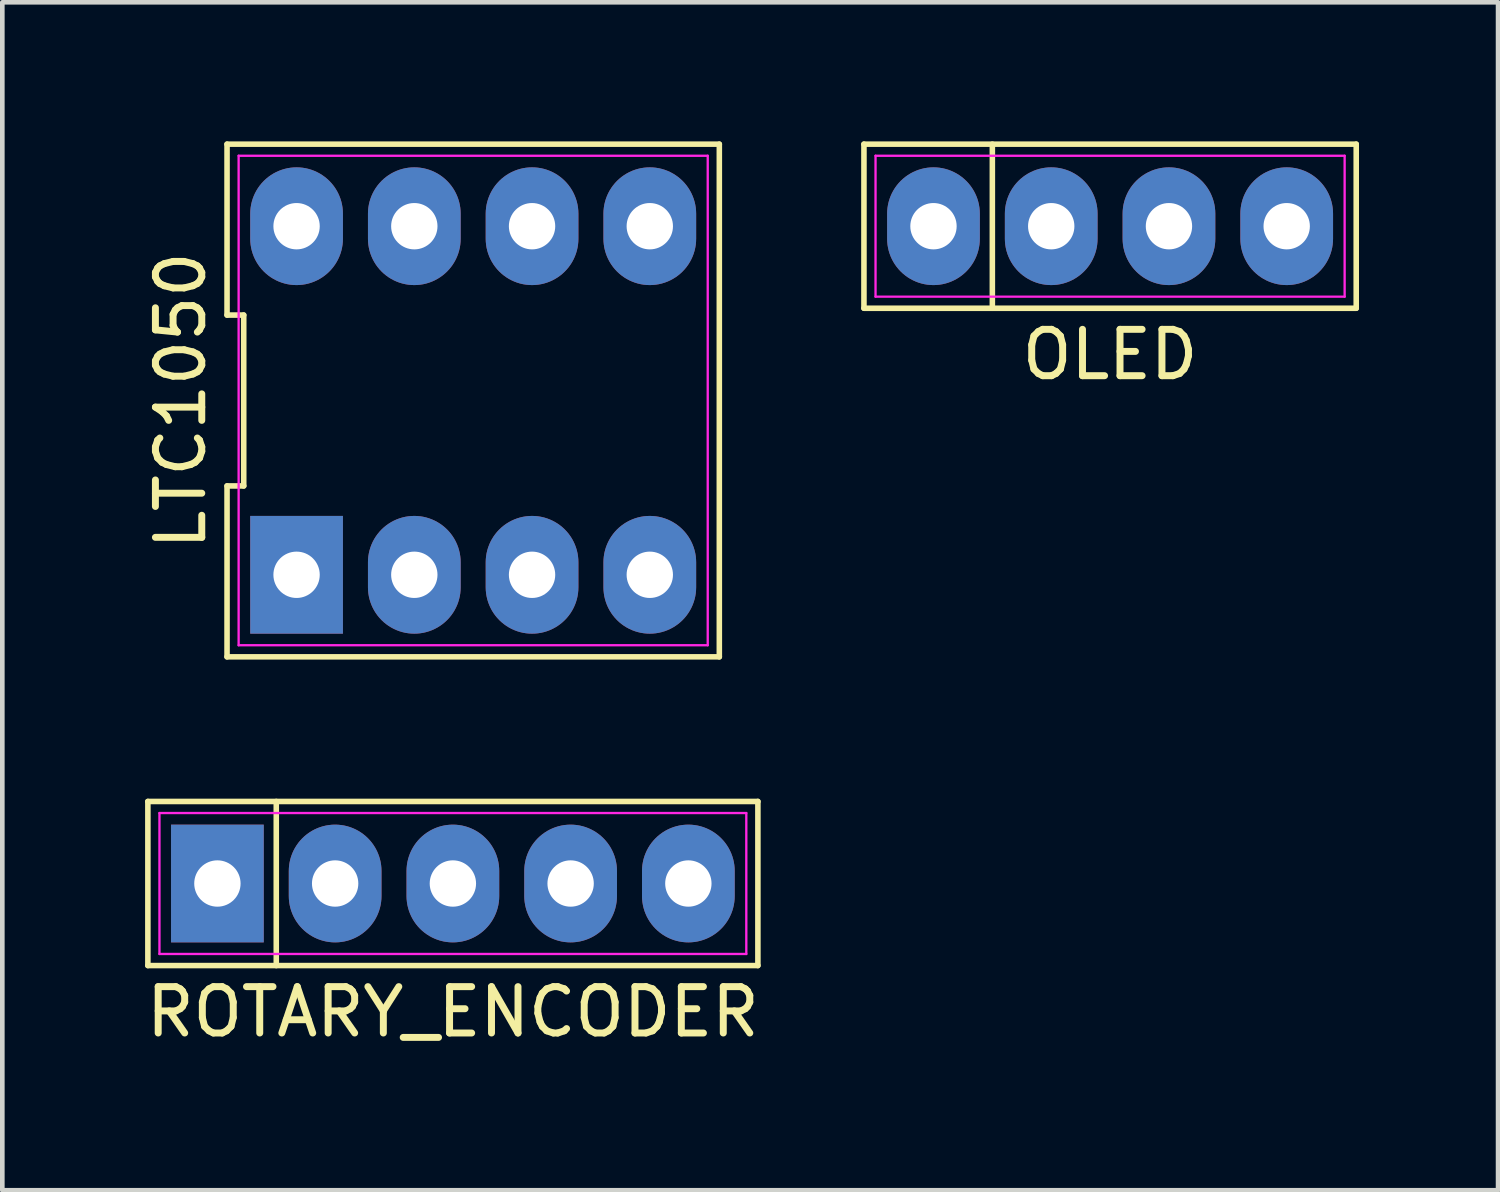
<source format=kicad_pcb>
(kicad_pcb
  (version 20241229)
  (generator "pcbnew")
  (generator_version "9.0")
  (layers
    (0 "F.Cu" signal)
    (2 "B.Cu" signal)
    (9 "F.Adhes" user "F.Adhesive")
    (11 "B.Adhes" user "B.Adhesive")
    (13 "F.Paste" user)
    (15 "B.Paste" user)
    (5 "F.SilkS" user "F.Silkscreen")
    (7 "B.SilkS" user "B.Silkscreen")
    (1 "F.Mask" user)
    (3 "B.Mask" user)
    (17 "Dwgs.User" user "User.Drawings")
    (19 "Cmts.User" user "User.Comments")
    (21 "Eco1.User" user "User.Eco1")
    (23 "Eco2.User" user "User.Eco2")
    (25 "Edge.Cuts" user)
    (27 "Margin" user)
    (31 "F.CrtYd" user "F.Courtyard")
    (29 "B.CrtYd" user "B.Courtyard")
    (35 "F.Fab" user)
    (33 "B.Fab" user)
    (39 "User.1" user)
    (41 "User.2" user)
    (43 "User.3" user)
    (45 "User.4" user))
  (footprint "LTC1050"
    (layer "F.Cu")
    (at 7.158 5.59)
    (property "Reference" "LTC1050" (at -6.31 0 90) (layer "F.SilkS") (effects (font (size 1 1) (thickness 0.15))))
    (attr through_hole)
    (fp_line (start -5.31 -5.53) (end -5.31 -1.843) (stroke (width 0.12) (type default)) (layer "F.SilkS"))
    (fp_line (start -5.31 -1.843) (end -4.95 -1.843) (stroke (width 0.12) (type default)) (layer "F.SilkS"))
    (fp_line (start -5.31 1.843) (end -5.31 5.53) (stroke (width 0.12) (type default)) (layer "F.SilkS"))
    (fp_line (start -5.31 5.53) (end 5.31 5.53) (stroke (width 0.12) (type default)) (layer "F.SilkS"))
    (fp_line (start -4.95 -1.843) (end -4.95 1.843) (stroke (width 0.12) (type default)) (layer "F.SilkS"))
    (fp_line (start -4.95 1.843) (end -5.31 1.843) (stroke (width 0.12) (type default)) (layer "F.SilkS"))
    (fp_line (start 5.31 -5.53) (end -5.31 -5.53) (stroke (width 0.12) (type default)) (layer "F.SilkS"))
    (fp_line (start 5.31 5.53) (end 5.31 -5.53) (stroke (width 0.12) (type default)) (layer "F.SilkS"))
    (fp_line (start -5.06 -5.28) (end 5.06 -5.28) (stroke (width 0.05) (type default)) (layer "F.CrtYd"))
    (fp_line (start -5.06 5.28) (end -5.06 -5.28) (stroke (width 0.05) (type default)) (layer "F.CrtYd"))
    (fp_line (start 5.06 -5.28) (end 5.06 5.28) (stroke (width 0.05) (type default)) (layer "F.CrtYd"))
    (fp_line (start 5.06 5.28) (end -5.06 5.28) (stroke (width 0.05) (type default)) (layer "F.CrtYd"))
    (pad "1" thru_hole rect (at -3.81 3.76) (size 2 2.54) (drill 1) (layers "*.Cu" "*.Mask"))
    (pad "2" thru_hole oval (at -1.27 3.76) (size 2 2.54) (drill 1) (layers "*.Cu" "*.Mask"))
    (pad "3" thru_hole oval (at 1.27 3.76) (size 2 2.54) (drill 1) (layers "*.Cu" "*.Mask"))
    (pad "4" thru_hole oval (at 3.81 3.76) (size 2 2.54) (drill 1) (layers "*.Cu" "*.Mask"))
    (pad "5" thru_hole oval (at 3.81 -3.76) (size 2 2.54) (drill 1) (layers "*.Cu" "*.Mask"))
    (pad "6" thru_hole oval (at 1.27 -3.76) (size 2 2.54) (drill 1) (layers "*.Cu" "*.Mask"))
    (pad "7" thru_hole oval (at -1.27 -3.76) (size 2 2.54) (drill 1) (layers "*.Cu" "*.Mask"))
    (pad "8" thru_hole oval (at -3.81 -3.76) (size 2 2.54) (drill 1) (layers "*.Cu" "*.Mask")))
  (footprint "ROTARY_ENCODER"
    (layer "F.Cu")
    (at 6.72 16.01)
    (property "Reference" "ROTARY_ENCODER" (at 0 2.77 0) (layer "F.SilkS") (effects (font (size 1 1) (thickness 0.15))))
    (attr through_hole)
    (fp_line (start -6.58 -1.77) (end 6.58 -1.77) (stroke (width 0.12) (type default)) (layer "F.SilkS"))
    (fp_line (start -6.58 1.77) (end -6.58 -1.77) (stroke (width 0.12) (type default)) (layer "F.SilkS"))
    (fp_line (start -3.81 -1.77) (end -3.81 1.77) (stroke (width 0.12) (type default)) (layer "F.SilkS"))
    (fp_line (start 6.58 -1.77) (end 6.58 1.77) (stroke (width 0.12) (type default)) (layer "F.SilkS"))
    (fp_line (start 6.58 1.77) (end -6.58 1.77) (stroke (width 0.12) (type default)) (layer "F.SilkS"))
    (fp_line (start -6.33 -1.52) (end 6.33 -1.52) (stroke (width 0.05) (type default)) (layer "F.CrtYd"))
    (fp_line (start -6.33 1.52) (end -6.33 -1.52) (stroke (width 0.05) (type default)) (layer "F.CrtYd"))
    (fp_line (start 6.33 -1.52) (end 6.33 1.52) (stroke (width 0.05) (type default)) (layer "F.CrtYd"))
    (fp_line (start 6.33 1.52) (end -6.33 1.52) (stroke (width 0.05) (type default)) (layer "F.CrtYd"))
    (pad "1" thru_hole rect (at -5.08 0) (size 2 2.54) (drill 1) (layers "*.Cu" "*.Mask"))
    (pad "2" thru_hole oval (at -2.54 0) (size 2 2.54) (drill 1) (layers "*.Cu" "*.Mask"))
    (pad "3" thru_hole oval (at 0 0) (size 2 2.54) (drill 1) (layers "*.Cu" "*.Mask"))
    (pad "4" thru_hole oval (at 2.54 0) (size 2 2.54) (drill 1) (layers "*.Cu" "*.Mask"))
    (pad "5" thru_hole oval (at 5.08 0) (size 2 2.54) (drill 1) (layers "*.Cu" "*.Mask")))
  (footprint "OLED"
    (layer "F.Cu")
    (at 20.898 1.83)
    (property "Reference" "OLED" (at 0 2.77 0) (layer "F.SilkS") (effects (font (size 1 1) (thickness 0.15))))
    (attr through_hole)
    (fp_line (start -5.31 -1.77) (end 5.31 -1.77) (stroke (width 0.12) (type default)) (layer "F.SilkS"))
    (fp_line (start -5.31 1.77) (end -5.31 -1.77) (stroke (width 0.12) (type default)) (layer "F.SilkS"))
    (fp_line (start -2.54 -1.77) (end -2.54 1.77) (stroke (width 0.12) (type default)) (layer "F.SilkS"))
    (fp_line (start 5.31 -1.77) (end 5.31 1.77) (stroke (width 0.12) (type default)) (layer "F.SilkS"))
    (fp_line (start 5.31 1.77) (end -5.31 1.77) (stroke (width 0.12) (type default)) (layer "F.SilkS"))
    (fp_line (start -5.06 -1.52) (end 5.06 -1.52) (stroke (width 0.05) (type default)) (layer "F.CrtYd"))
    (fp_line (start -5.06 1.52) (end -5.06 -1.52) (stroke (width 0.05) (type default)) (layer "F.CrtYd"))
    (fp_line (start 5.06 -1.52) (end 5.06 1.52) (stroke (width 0.05) (type default)) (layer "F.CrtYd"))
    (fp_line (start 5.06 1.52) (end -5.06 1.52) (stroke (width 0.05) (type default)) (layer "F.CrtYd"))
    (pad "1" thru_hole oval (at -3.81 0) (size 2 2.54) (drill 1) (layers "*.Cu" "*.Mask"))
    (pad "2" thru_hole oval (at -1.27 0) (size 2 2.54) (drill 1) (layers "*.Cu" "*.Mask"))
    (pad "3" thru_hole oval (at 1.27 0) (size 2 2.54) (drill 1) (layers "*.Cu" "*.Mask"))
    (pad "4" thru_hole oval (at 3.81 0) (size 2 2.54) (drill 1) (layers "*.Cu" "*.Mask")))
  (gr_rect
    (start -3 -3)
    (end 29.268 22.628)
    (stroke (width 0.1) (type default))
    (fill no)
    (layer "Edge.Cuts")))
</source>
